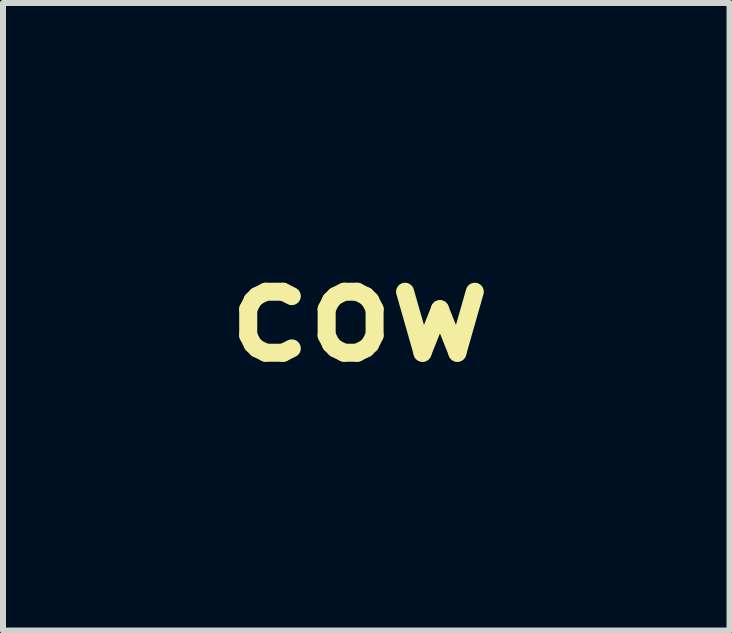
<source format=kicad_pcb>
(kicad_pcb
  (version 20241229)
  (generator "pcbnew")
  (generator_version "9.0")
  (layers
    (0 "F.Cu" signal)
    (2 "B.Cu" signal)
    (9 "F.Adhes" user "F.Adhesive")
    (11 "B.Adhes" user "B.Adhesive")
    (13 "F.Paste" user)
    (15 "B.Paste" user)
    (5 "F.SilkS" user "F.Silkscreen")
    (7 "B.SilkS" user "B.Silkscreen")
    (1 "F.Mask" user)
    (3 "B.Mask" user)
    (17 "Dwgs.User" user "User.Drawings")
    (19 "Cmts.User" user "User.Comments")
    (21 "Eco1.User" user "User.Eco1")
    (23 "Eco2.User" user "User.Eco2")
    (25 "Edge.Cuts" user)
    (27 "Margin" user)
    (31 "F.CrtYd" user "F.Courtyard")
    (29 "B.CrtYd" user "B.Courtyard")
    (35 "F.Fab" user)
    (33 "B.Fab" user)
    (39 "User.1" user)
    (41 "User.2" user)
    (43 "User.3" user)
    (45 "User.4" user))
  (footprint "cow"
    (layer "F.Cu")
    (at 2.935 2.136)
    (property "Reference" "cow" (at 0 0 0) (layer "F.SilkS") (effects (font (size 1.524 1.524) (thickness 0.3))))
    (attr through_hole)
    (fp_poly (pts (xy -1.033 -0.611) (xy -0.994 -0.582) (xy -0.97 -0.54) (xy -0.965 -0.511) (xy -0.976 -0.466) (xy -1.006 -0.426) (xy -1.046 -0.4) (xy -1.079 -0.394) (xy -1.123 -0.405) (xy -1.157 -0.431) (xy -1.187 -0.475) (xy -1.192 -0.521) (xy -1.172 -0.569) (xy -1.161 -0.583) (xy -1.13 -0.611) (xy -1.096 -0.622) (xy -1.082 -0.622) (xy -1.033 -0.611)) (stroke (width 0.01) (type solid)) (fill yes) (layer "F.Mask"))
    (fp_poly (pts (xy -2.158 0.229) (xy -2.099 0.255) (xy -2.096 0.257) (xy -2.023 0.303) (xy -1.971 0.354) (xy -1.943 0.409) (xy -1.938 0.441) (xy -1.94 0.473) (xy -1.949 0.488) (xy -1.964 0.493) (xy -1.985 0.49) (xy -2 0.47) (xy -2.006 0.452) (xy -2.037 0.396) (xy -2.088 0.347) (xy -2.154 0.31) (xy -2.165 0.306) (xy -2.203 0.29) (xy -2.223 0.274) (xy -2.229 0.255) (xy -2.229 0.252) (xy -2.221 0.227) (xy -2.198 0.219) (xy -2.158 0.229)) (stroke (width 0.01) (type solid)) (fill yes) (layer "F.Mask"))
    (fp_poly (pts (xy -1.447 0.358) (xy -1.412 0.365) (xy -1.398 0.373) (xy -1.385 0.4) (xy -1.395 0.419) (xy -1.428 0.429) (xy -1.473 0.432) (xy -1.549 0.438) (xy -1.612 0.46) (xy -1.672 0.501) (xy -1.686 0.513) (xy -1.722 0.543) (xy -1.746 0.557) (xy -1.763 0.555) (xy -1.77 0.55) (xy -1.776 0.528) (xy -1.764 0.496) (xy -1.737 0.461) (xy -1.698 0.425) (xy -1.651 0.393) (xy -1.638 0.387) (xy -1.598 0.372) (xy -1.548 0.362) (xy -1.495 0.357) (xy -1.447 0.358)) (stroke (width 0.01) (type solid)) (fill yes) (layer "F.Mask"))
    (fp_poly (pts (xy -2.004 -0.7) (xy -1.983 -0.679) (xy -1.959 -0.648) (xy -1.945 -0.622) (xy -1.943 -0.615) (xy -1.954 -0.575) (xy -1.981 -0.535) (xy -2.017 -0.505) (xy -2.026 -0.501) (xy -2.056 -0.488) (xy -2.073 -0.485) (xy -2.09 -0.491) (xy -2.118 -0.508) (xy -2.161 -0.546) (xy -2.181 -0.59) (xy -2.179 -0.603) (xy -2.07 -0.603) (xy -2.064 -0.597) (xy -2.057 -0.603) (xy -2.064 -0.61) (xy -2.07 -0.603) (xy -2.179 -0.603) (xy -2.176 -0.637) (xy -2.148 -0.683) (xy -2.138 -0.693) (xy -2.093 -0.72) (xy -2.048 -0.723) (xy -2.004 -0.7)) (stroke (width 0.01) (type solid)) (fill yes) (layer "F.Mask"))
    (fp_poly (pts (xy 0.286 0.521) (xy 0.348 0.545) (xy 0.385 0.573) (xy 0.406 0.6) (xy 0.416 0.63) (xy 0.413 0.667) (xy 0.398 0.716) (xy 0.37 0.782) (xy 0.367 0.787) (xy 0.345 0.84) (xy 0.335 0.877) (xy 0.335 0.906) (xy 0.336 0.911) (xy 0.347 0.967) (xy 0.352 1.029) (xy 0.352 1.089) (xy 0.346 1.14) (xy 0.337 1.168) (xy 0.299 1.216) (xy 0.246 1.246) (xy 0.183 1.255) (xy 0.111 1.242) (xy 0.096 1.237) (xy 0.026 1.201) (xy -0.041 1.145) (xy -0.091 1.088) (xy -0.146 1.029) (xy -0.204 0.991) (xy -0.262 0.972) (xy -0.31 0.951) (xy -0.339 0.914) (xy -0.348 0.871) (xy -0.337 0.814) (xy -0.304 0.769) (xy -0.252 0.736) (xy -0.184 0.717) (xy -0.115 0.713) (xy -0.056 0.712) (xy -0.016 0.702) (xy 0.012 0.679) (xy 0.034 0.64) (xy 0.044 0.616) (xy 0.063 0.578) (xy 0.087 0.547) (xy 0.096 0.541) (xy 0.152 0.517) (xy 0.218 0.511) (xy 0.286 0.521)) (stroke (width 0.01) (type solid)) (fill yes) (layer "F.Mask"))
    (fp_poly (pts (xy -0.93 -2.126) (xy -0.877 -2.115) (xy -0.842 -2.097) (xy -0.822 -2.071) (xy -0.82 -2.066) (xy -0.815 -2.037) (xy -0.826 -2.009) (xy -0.835 -1.996) (xy -0.862 -1.96) (xy -0.796 -1.972) (xy -0.74 -1.978) (xy -0.669 -1.979) (xy -0.591 -1.976) (xy -0.515 -1.969) (xy -0.449 -1.96) (xy -0.414 -1.951) (xy -0.375 -1.937) (xy -0.348 -1.922) (xy -0.334 -1.902) (xy -0.334 -1.876) (xy -0.347 -1.842) (xy -0.376 -1.795) (xy -0.42 -1.735) (xy -0.48 -1.658) (xy -0.488 -1.649) (xy -0.645 -1.451) (xy -0.516 -1.445) (xy -0.422 -1.436) (xy -0.338 -1.417) (xy -0.257 -1.386) (xy -0.168 -1.338) (xy -0.157 -1.332) (xy -0.08 -1.279) (xy -0.002 -1.213) (xy 0.072 -1.14) (xy 0.14 -1.063) (xy 0.198 -0.986) (xy 0.242 -0.913) (xy 0.27 -0.848) (xy 0.275 -0.828) (xy 0.276 -0.794) (xy 0.263 -0.767) (xy 0.232 -0.744) (xy 0.18 -0.719) (xy 0.165 -0.714) (xy 0.017 -0.669) (xy -0.132 -0.646) (xy -0.277 -0.646) (xy -0.417 -0.669) (xy -0.548 -0.714) (xy -0.553 -0.716) (xy -0.618 -0.746) (xy -0.595 -0.662) (xy -0.579 -0.602) (xy -0.565 -0.536) (xy -0.558 -0.496) (xy -0.545 -0.436) (xy -0.526 -0.387) (xy -0.495 -0.341) (xy -0.45 -0.291) (xy -0.419 -0.262) (xy -0.313 -0.181) (xy -0.193 -0.121) (xy -0.059 -0.082) (xy 0.087 -0.065) (xy 0.133 -0.064) (xy 0.354 -0.054) (xy 0.573 -0.027) (xy 0.787 0.017) (xy 0.991 0.076) (xy 1.181 0.149) (xy 1.276 0.195) (xy 1.361 0.243) (xy 1.446 0.3) (xy 1.524 0.36) (xy 1.59 0.419) (xy 1.629 0.462) (xy 1.662 0.509) (xy 1.694 0.563) (xy 1.723 0.617) (xy 1.743 0.665) (xy 1.753 0.701) (xy 1.753 0.705) (xy 1.763 0.737) (xy 1.789 0.778) (xy 1.826 0.822) (xy 1.87 0.864) (xy 1.907 0.892) (xy 2.005 0.943) (xy 2.112 0.971) (xy 2.229 0.977) (xy 2.356 0.96) (xy 2.493 0.92) (xy 2.529 0.906) (xy 2.573 0.888) (xy 2.601 0.872) (xy 2.619 0.851) (xy 2.769 0.851) (xy 2.78 0.86) (xy 2.807 0.863) (xy 2.844 0.861) (xy 2.881 0.854) (xy 2.909 0.844) (xy 2.943 0.818) (xy 2.974 0.781) (xy 2.993 0.742) (xy 2.997 0.721) (xy 2.993 0.707) (xy 2.974 0.704) (xy 2.956 0.707) (xy 2.915 0.718) (xy 2.882 0.731) (xy 2.855 0.75) (xy 2.824 0.778) (xy 2.796 0.809) (xy 2.775 0.836) (xy 2.769 0.851) (xy 2.619 0.851) (xy 2.619 0.851) (xy 2.635 0.821) (xy 2.64 0.808) (xy 2.683 0.727) (xy 2.74 0.664) (xy 2.815 0.614) (xy 2.827 0.608) (xy 2.87 0.588) (xy 2.909 0.576) (xy 2.952 0.568) (xy 3.008 0.563) (xy 3.036 0.561) (xy 3.095 0.558) (xy 3.133 0.559) (xy 3.154 0.567) (xy 3.16 0.585) (xy 3.158 0.619) (xy 3.149 0.672) (xy 3.149 0.672) (xy 3.123 0.777) (xy 3.084 0.861) (xy 3.034 0.92) (xy 2.983 0.961) (xy 2.932 0.986) (xy 2.873 0.999) (xy 2.8 1.002) (xy 2.781 1.001) (xy 2.721 1.001) (xy 2.676 1.005) (xy 2.634 1.015) (xy 2.591 1.031) (xy 2.489 1.069) (xy 2.397 1.093) (xy 2.304 1.106) (xy 2.203 1.11) (xy 2.107 1.108) (xy 2.026 1.097) (xy 1.956 1.076) (xy 1.886 1.044) (xy 1.853 1.025) (xy 1.782 0.982) (xy 1.774 1.174) (xy 1.764 1.325) (xy 1.748 1.477) (xy 1.726 1.625) (xy 1.699 1.766) (xy 1.667 1.896) (xy 1.633 2.013) (xy 1.595 2.112) (xy 1.556 2.191) (xy 1.537 2.221) (xy 1.517 2.246) (xy 1.499 2.267) (xy 1.478 2.282) (xy 1.452 2.294) (xy 1.417 2.302) (xy 1.371 2.307) (xy 1.31 2.31) (xy 1.231 2.311) (xy 1.13 2.311) (xy 1.088 2.311) (xy 0.986 2.311) (xy 0.906 2.311) (xy 0.845 2.31) (xy 0.801 2.308) (xy 0.77 2.305) (xy 0.749 2.301) (xy 0.735 2.295) (xy 0.726 2.289) (xy 0.717 2.277) (xy 0.707 2.256) (xy 0.696 2.223) (xy 0.684 2.175) (xy 0.669 2.109) (xy 0.651 2.022) (xy 0.64 1.965) (xy 0.58 1.664) (xy 0.503 1.664) (xy 0.452 1.662) (xy 0.402 1.659) (xy 0.378 1.656) (xy 0.35 1.651) (xy 0.73 1.651) (xy 0.731 1.666) (xy 0.735 1.701) (xy 0.743 1.752) (xy 0.754 1.813) (xy 0.766 1.881) (xy 0.779 1.951) (xy 0.792 2.018) (xy 0.804 2.077) (xy 0.814 2.123) (xy 0.821 2.149) (xy 0.832 2.164) (xy 0.858 2.171) (xy 0.885 2.172) (xy 0.943 2.172) (xy 0.934 1.889) (xy 0.931 1.807) (xy 0.928 1.735) (xy 0.926 1.674) (xy 0.924 1.631) (xy 0.922 1.607) (xy 0.922 1.604) (xy 0.91 1.606) (xy 0.881 1.613) (xy 0.858 1.62) (xy 0.816 1.631) (xy 0.779 1.637) (xy 0.767 1.638) (xy 0.741 1.643) (xy 0.73 1.651) (xy 0.35 1.651) (xy 0.33 1.648) (xy 0.33 1.96) (xy 0.33 2.057) (xy 0.33 2.131) (xy 0.329 2.187) (xy 0.327 2.227) (xy 0.324 2.253) (xy 0.32 2.271) (xy 0.314 2.281) (xy 0.306 2.288) (xy 0.302 2.292) (xy 0.291 2.297) (xy 0.274 2.302) (xy 0.248 2.305) (xy 0.211 2.308) (xy 0.159 2.309) (xy 0.091 2.311) (xy 0.004 2.311) (xy -0.106 2.311) (xy -0.139 2.311) (xy -0.253 2.311) (xy -0.345 2.311) (xy -0.416 2.31) (xy -0.471 2.309) (xy -0.513 2.307) (xy -0.544 2.304) (xy -0.566 2.3) (xy -0.584 2.294) (xy -0.6 2.288) (xy -0.606 2.285) (xy -0.673 2.24) (xy -0.742 2.171) (xy -0.812 2.077) (xy -0.884 1.961) (xy -0.957 1.823) (xy -1.031 1.662) (xy -1.089 1.522) (xy -1.127 1.425) (xy -0.972 1.425) (xy -0.97 1.439) (xy -0.959 1.472) (xy -0.941 1.519) (xy -0.918 1.576) (xy -0.891 1.64) (xy -0.862 1.706) (xy -0.833 1.769) (xy -0.807 1.826) (xy -0.786 1.867) (xy -0.726 1.974) (xy -0.669 2.058) (xy -0.617 2.117) (xy -0.585 2.143) (xy -0.554 2.16) (xy -0.518 2.169) (xy -0.468 2.172) (xy -0.456 2.172) (xy -0.369 2.172) (xy -0.433 2.084) (xy -0.492 1.996) (xy -0.557 1.888) (xy -0.626 1.761) (xy -0.698 1.618) (xy -0.711 1.592) (xy -0.785 1.439) (xy -0.876 1.43) (xy -0.922 1.426) (xy -0.956 1.424) (xy -0.972 1.425) (xy -0.972 1.425) (xy -1.127 1.425) (xy -1.147 1.373) (xy -1.224 1.335) (xy -1.328 1.272) (xy -1.424 1.191) (xy -1.509 1.098) (xy -1.576 0.998) (xy -1.603 0.943) (xy -1.632 0.877) (xy -1.778 0.876) (xy -1.94 0.867) (xy -2.085 0.841) (xy -2.214 0.798) (xy -2.326 0.739) (xy -2.419 0.664) (xy -2.493 0.574) (xy -2.547 0.469) (xy -2.579 0.358) (xy -2.59 0.253) (xy -2.59 0.21) (xy -2.451 0.21) (xy -2.441 0.331) (xy -2.409 0.437) (xy -2.357 0.529) (xy -2.286 0.605) (xy -2.195 0.664) (xy -2.085 0.707) (xy -2.044 0.718) (xy -1.995 0.725) (xy -1.926 0.73) (xy -1.843 0.732) (xy -1.752 0.732) (xy -1.659 0.73) (xy -1.569 0.726) (xy -1.487 0.719) (xy -1.42 0.711) (xy -1.391 0.706) (xy -1.329 0.69) (xy -1.263 0.67) (xy -1.2 0.649) (xy -1.18 0.641) (xy -0.908 0.641) (xy -0.851 0.679) (xy -0.798 0.726) (xy -0.765 0.775) (xy -0.75 0.808) (xy -0.742 0.839) (xy -0.741 0.876) (xy -0.744 0.927) (xy -0.752 1.023) (xy -0.706 1.078) (xy -0.665 1.141) (xy -0.642 1.21) (xy -0.638 1.291) (xy -0.64 1.321) (xy -0.647 1.403) (xy -0.548 1.607) (xy -0.475 1.751) (xy -0.407 1.875) (xy -0.344 1.978) (xy -0.287 2.059) (xy -0.237 2.116) (xy -0.198 2.148) (xy -0.178 2.158) (xy -0.154 2.164) (xy -0.12 2.169) (xy -0.071 2.171) (xy -0.003 2.172) (xy 0.016 2.172) (xy 0.191 2.172) (xy 0.191 1.605) (xy 0.124 1.574) (xy 0.074 1.546) (xy 0.016 1.508) (xy -0.04 1.466) (xy -0.087 1.425) (xy -0.105 1.407) (xy -0.125 1.368) (xy -0.121 1.329) (xy -0.106 1.306) (xy -0.081 1.287) (xy -0.054 1.286) (xy -0.019 1.303) (xy 0.027 1.339) (xy 0.034 1.345) (xy 0.138 1.422) (xy 0.253 1.477) (xy 0.379 1.51) (xy 0.518 1.521) (xy 0.578 1.519) (xy 0.654 1.512) (xy 0.733 1.5) (xy 0.808 1.485) (xy 0.872 1.468) (xy 0.92 1.45) (xy 0.935 1.441) (xy 0.973 1.426) (xy 1.011 1.424) (xy 1.038 1.438) (xy 1.039 1.439) (xy 1.047 1.459) (xy 1.056 1.497) (xy 1.062 1.54) (xy 1.067 1.586) (xy 1.073 1.611) (xy 1.082 1.623) (xy 1.098 1.626) (xy 1.105 1.626) (xy 1.147 1.636) (xy 1.191 1.663) (xy 1.233 1.701) (xy 1.265 1.743) (xy 1.282 1.784) (xy 1.283 1.795) (xy 1.274 1.822) (xy 1.254 1.851) (xy 1.232 1.883) (xy 1.211 1.924) (xy 1.207 1.934) (xy 1.187 1.973) (xy 1.159 1.999) (xy 1.133 2.013) (xy 1.102 2.028) (xy 1.086 2.044) (xy 1.08 2.067) (xy 1.079 2.105) (xy 1.079 2.172) (xy 1.242 2.172) (xy 1.315 2.171) (xy 1.368 2.168) (xy 1.404 2.16) (xy 1.43 2.146) (xy 1.45 2.124) (xy 1.469 2.091) (xy 1.477 2.076) (xy 1.5 2.019) (xy 1.524 1.941) (xy 1.548 1.847) (xy 1.571 1.742) (xy 1.591 1.63) (xy 1.609 1.516) (xy 1.624 1.405) (xy 1.633 1.302) (xy 1.638 1.21) (xy 1.638 1.193) (xy 1.638 1.135) (xy 1.563 1.159) (xy 1.478 1.177) (xy 1.403 1.172) (xy 1.339 1.145) (xy 1.288 1.099) (xy 1.253 1.034) (xy 1.237 0.962) (xy 1.225 0.901) (xy 1.2 0.855) (xy 1.16 0.819) (xy 1.113 0.792) (xy 1.042 0.752) (xy 0.99 0.712) (xy 0.95 0.666) (xy 0.927 0.631) (xy 0.901 0.577) (xy 0.89 0.527) (xy 0.889 0.499) (xy 0.899 0.421) (xy 0.925 0.34) (xy 0.964 0.27) (xy 0.97 0.261) (xy 1.002 0.219) (xy 0.917 0.192) (xy 0.794 0.157) (xy 0.666 0.129) (xy 0.529 0.107) (xy 0.378 0.091) (xy 0.208 0.079) (xy 0.171 0.077) (xy 0.043 0.069) (xy -0.065 0.056) (xy -0.157 0.039) (xy -0.238 0.015) (xy -0.312 -0.017) (xy -0.385 -0.059) (xy -0.455 -0.107) (xy -0.532 -0.164) (xy -0.539 -0.104) (xy -0.554 -0.01) (xy -0.573 0.085) (xy -0.596 0.172) (xy -0.619 0.239) (xy -0.663 0.33) (xy -0.721 0.425) (xy -0.788 0.514) (xy -0.839 0.571) (xy -0.908 0.641) (xy -1.18 0.641) (xy -1.147 0.628) (xy -1.109 0.609) (xy -1.1 0.603) (xy -1.087 0.592) (xy -1.085 0.579) (xy -1.093 0.558) (xy -1.112 0.524) (xy -1.183 0.428) (xy -1.276 0.344) (xy -1.39 0.273) (xy -1.527 0.214) (xy -1.686 0.167) (xy -1.835 0.138) (xy -1.879 0.133) (xy -1.939 0.129) (xy -2.011 0.126) (xy -2.09 0.124) (xy -2.17 0.123) (xy -2.247 0.123) (xy -2.316 0.124) (xy -2.373 0.127) (xy -2.411 0.13) (xy -2.423 0.132) (xy -2.439 0.141) (xy -2.448 0.158) (xy -2.451 0.19) (xy -2.451 0.21) (xy -2.59 0.21) (xy -2.588 0.134) (xy -2.574 0.005) (xy -2.547 -0.126) (xy -2.51 -0.255) (xy -2.47 -0.36) (xy -2.445 -0.417) (xy -2.417 -0.484) (xy -2.386 -0.558) (xy -2.354 -0.635) (xy -2.323 -0.711) (xy -2.294 -0.784) (xy -2.268 -0.848) (xy -2.248 -0.901) (xy -2.233 -0.94) (xy -2.227 -0.959) (xy -2.227 -0.961) (xy -2.24 -0.96) (xy -2.269 -0.951) (xy -2.287 -0.944) (xy -2.34 -0.931) (xy -2.414 -0.923) (xy -2.47 -0.922) (xy -2.539 -0.923) (xy -2.593 -0.927) (xy -2.644 -0.938) (xy -2.704 -0.956) (xy -2.705 -0.956) (xy -2.793 -0.988) (xy -2.858 -1.018) (xy -2.901 -1.047) (xy -2.924 -1.077) (xy -2.926 -1.082) (xy -2.93 -1.103) (xy -2.927 -1.12) (xy -2.756 -1.12) (xy -2.67 -1.091) (xy -2.582 -1.069) (xy -2.49 -1.061) (xy -2.404 -1.066) (xy -2.331 -1.085) (xy -2.32 -1.089) (xy -2.23 -1.141) (xy -2.155 -1.211) (xy -2.114 -1.263) (xy -2.085 -1.303) (xy -2.062 -1.325) (xy -2.04 -1.333) (xy -2.031 -1.333) (xy -1.99 -1.324) (xy -1.965 -1.298) (xy -1.96 -1.261) (xy -1.96 -1.257) (xy -1.967 -1.233) (xy -1.983 -1.19) (xy -2.006 -1.129) (xy -2.034 -1.055) (xy -2.067 -0.97) (xy -2.103 -0.878) (xy -2.141 -0.782) (xy -2.18 -0.686) (xy -2.219 -0.592) (xy -2.255 -0.504) (xy -2.288 -0.425) (xy -2.297 -0.404) (xy -2.329 -0.329) (xy -2.359 -0.254) (xy -2.384 -0.185) (xy -2.404 -0.129) (xy -2.412 -0.103) (xy -2.438 -0.009) (xy -2.289 -0.017) (xy -2.14 -0.02) (xy -1.987 -0.013) (xy -1.835 0.002) (xy -1.689 0.026) (xy -1.556 0.058) (xy -1.442 0.095) (xy -1.441 0.096) (xy -1.313 0.157) (xy -1.198 0.232) (xy -1.098 0.317) (xy -1.018 0.411) (xy -1.001 0.436) (xy -0.96 0.499) (xy -0.905 0.437) (xy -0.866 0.39) (xy -0.827 0.335) (xy -0.805 0.302) (xy -0.747 0.185) (xy -0.706 0.053) (xy -0.682 -0.091) (xy -0.676 -0.243) (xy -0.679 -0.298) (xy -0.698 -0.473) (xy -0.731 -0.628) (xy -0.778 -0.763) (xy -0.84 -0.88) (xy -0.878 -0.935) (xy -0.913 -0.989) (xy -0.926 -1.033) (xy -0.917 -1.066) (xy -0.896 -1.086) (xy -0.869 -1.098) (xy -0.842 -1.094) (xy -0.81 -1.072) (xy -0.769 -1.031) (xy -0.766 -1.028) (xy -0.713 -0.979) (xy -0.644 -0.927) (xy -0.566 -0.879) (xy -0.487 -0.84) (xy -0.462 -0.829) (xy -0.423 -0.815) (xy -0.387 -0.805) (xy -0.35 -0.799) (xy -0.303 -0.796) (xy -0.24 -0.795) (xy -0.21 -0.794) (xy -0.129 -0.795) (xy -0.066 -0.799) (xy -0.016 -0.805) (xy 0.029 -0.816) (xy 0.035 -0.818) (xy 0.075 -0.831) (xy 0.104 -0.843) (xy 0.114 -0.85) (xy 0.108 -0.864) (xy 0.091 -0.892) (xy 0.08 -0.908) (xy -0.008 -1.023) (xy -0.107 -1.121) (xy -0.214 -1.2) (xy -0.327 -1.259) (xy -0.442 -1.295) (xy -0.451 -1.297) (xy -0.492 -1.302) (xy -0.541 -1.305) (xy -0.602 -1.303) (xy -0.681 -1.298) (xy -0.724 -1.295) (xy -0.854 -1.287) (xy -0.961 -1.285) (xy -1.051 -1.29) (xy -1.125 -1.303) (xy -1.187 -1.325) (xy -1.24 -1.356) (xy -1.287 -1.397) (xy -1.308 -1.419) (xy -1.337 -1.451) (xy -1.356 -1.467) (xy -1.371 -1.469) (xy -1.389 -1.461) (xy -1.394 -1.458) (xy -1.452 -1.432) (xy -1.524 -1.411) (xy -1.598 -1.399) (xy -1.639 -1.397) (xy -1.722 -1.406) (xy -1.811 -1.434) (xy -1.91 -1.482) (xy -1.937 -1.497) (xy -1.986 -1.525) (xy -2.024 -1.541) (xy -2.06 -1.548) (xy -2.095 -1.549) (xy -2.182 -1.538) (xy -2.277 -1.507) (xy -2.376 -1.458) (xy -2.477 -1.394) (xy -2.574 -1.316) (xy -2.664 -1.228) (xy -2.709 -1.177) (xy -2.756 -1.12) (xy -2.927 -1.12) (xy -2.926 -1.123) (xy -2.91 -1.151) (xy -2.882 -1.189) (xy -2.78 -1.309) (xy -2.671 -1.416) (xy -2.557 -1.507) (xy -2.44 -1.582) (xy -2.343 -1.629) (xy -1.886 -1.629) (xy -1.829 -1.599) (xy -1.745 -1.56) (xy -1.673 -1.54) (xy -1.604 -1.538) (xy -1.533 -1.553) (xy -1.509 -1.562) (xy -1.484 -1.573) (xy -1.477 -1.577) (xy -1.236 -1.577) (xy -1.234 -1.552) (xy -1.211 -1.522) (xy -1.184 -1.494) (xy -1.135 -1.459) (xy -1.074 -1.436) (xy -0.998 -1.425) (xy -0.946 -1.424) (xy -0.845 -1.424) (xy -0.688 -1.621) (xy -0.64 -1.682) (xy -0.6 -1.735) (xy -0.568 -1.779) (xy -0.547 -1.811) (xy -0.539 -1.826) (xy -0.539 -1.826) (xy -0.56 -1.834) (xy -0.599 -1.838) (xy -0.651 -1.839) (xy -0.708 -1.837) (xy -0.765 -1.831) (xy -0.813 -1.824) (xy -0.904 -1.797) (xy -1 -1.757) (xy -1.091 -1.707) (xy -1.168 -1.651) (xy -1.182 -1.64) (xy -1.219 -1.604) (xy -1.236 -1.577) (xy -1.477 -1.577) (xy -1.458 -1.588) (xy -1.428 -1.611) (xy -1.391 -1.643) (xy -1.344 -1.686) (xy -1.285 -1.745) (xy -1.238 -1.792) (xy -1.035 -1.996) (xy -1.13 -1.99) (xy -1.205 -1.982) (xy -1.29 -1.966) (xy -1.378 -1.946) (xy -1.457 -1.922) (xy -1.51 -1.903) (xy -1.572 -1.871) (xy -1.645 -1.825) (xy -1.721 -1.771) (xy -1.792 -1.713) (xy -1.81 -1.698) (xy -1.886 -1.629) (xy -2.343 -1.629) (xy -2.324 -1.639) (xy -2.211 -1.675) (xy -2.104 -1.689) (xy -2.093 -1.689) (xy -2.052 -1.69) (xy -2.024 -1.697) (xy -1.998 -1.712) (xy -1.966 -1.741) (xy -1.959 -1.748) (xy -1.825 -1.867) (xy -1.69 -1.961) (xy -1.55 -2.034) (xy -1.403 -2.085) (xy -1.245 -2.117) (xy -1.099 -2.129) (xy -1.003 -2.131) (xy -0.93 -2.126)) (stroke (width 0.01) (type solid)) (fill yes) (layer "F.Mask")))
  (gr_rect
    (start -3 -3)
    (end 9.101 7.452)
    (stroke (width 0.1) (type default))
    (fill no)
    (layer "Edge.Cuts")))
</source>
